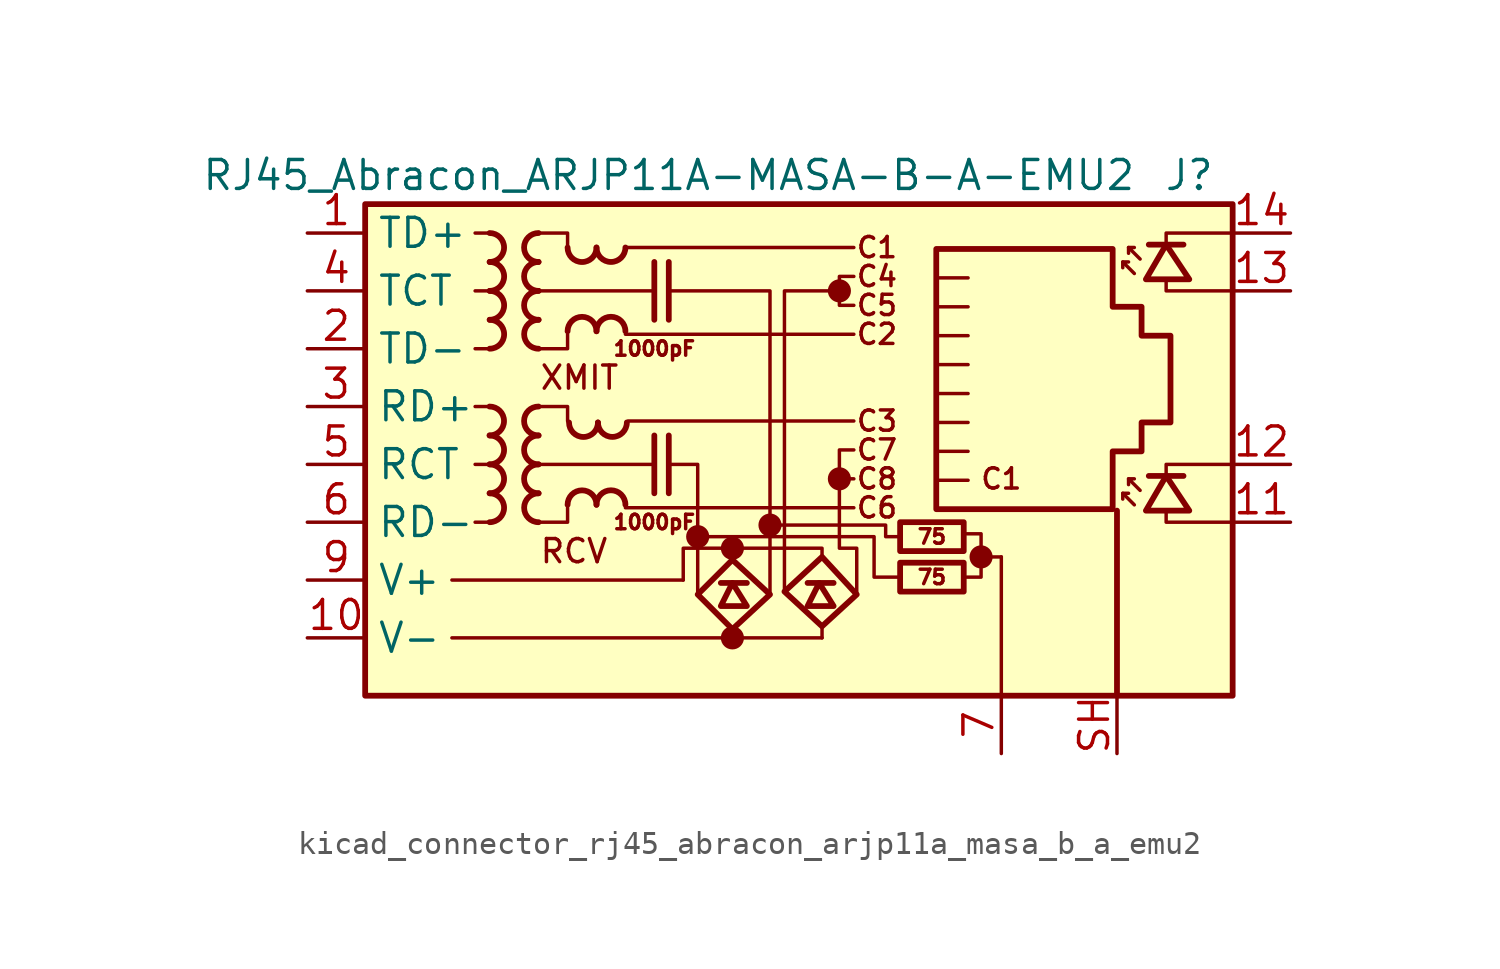
<source format=kicad_sym>
(kicad_symbol_lib
  (version 20220914)
  (generator kicad_symbol_editor)
  (symbol "kicad_connector_rj45_abracon_arjp11a_masa_b_a_emu2"
    (property "Reference" "J"
      (at 18.415 12.7 0)
      (effects (font (size 1.27 1.27))))
    (property "Value" "RJ45_Abracon_ARJP11A-MASA-B-A-EMU2"
      (at -4.445 12.7 0)
      (effects (font (size 1.27 1.27))))
    (symbol "kicad_connector_rj45_abracon_arjp11a_masa_b_a_emu2_0_0"
      (circle (center -3.175 -3.175) (radius 0.0001) (stroke (width 0.508) (type default)) (fill (type none)))
      (circle (center -1.651 -7.62) (radius 0.0001) (stroke (width 0.508) (type default)) (fill (type none)))
      (circle (center -1.651 -3.683) (radius 0.0001) (stroke (width 0.508) (type default)) (fill (type none)))
      (circle (center 0 -2.667) (radius 0.0001) (stroke (width 0.508) (type default)) (fill (type none)))
      (polyline (pts (xy -5.08 1.27) (xy -5.08 -1.27)) (stroke (width 0.254) (type default)) (fill (type none)))
      (polyline (pts (xy -5.08 8.89) (xy -5.08 6.35)) (stroke (width 0.254) (type default)) (fill (type none)))
      (polyline (pts (xy -4.445 1.27) (xy -4.445 -1.27)) (stroke (width 0.254) (type default)) (fill (type none)))
      (polyline (pts (xy -4.445 8.89) (xy -4.445 6.35)) (stroke (width 0.254) (type default)) (fill (type none)))
      (polyline (pts (xy 9.271 -4.064) (xy 10.16 -4.064)) (stroke (width 0) (type default)) (fill (type none)))
      (polyline (pts (xy 17.399 -0.635) (xy 17.399 0) (xy 20.32 0)) (stroke (width 0) (type default)) (fill (type none)))
      (polyline (pts (xy 17.399 9.525) (xy 17.399 10.16) (xy 20.32 10.16)) (stroke (width 0) (type default)) (fill (type none)))
      (polyline (pts (xy 20.32 -2.54) (xy 17.399 -2.54) (xy 17.399 -2.032)) (stroke (width 0) (type default)) (fill (type none)))
      (polyline (pts (xy 20.32 7.62) (xy 17.399 7.62) (xy 17.399 8.128)) (stroke (width 0) (type default)) (fill (type none)))
      (polyline (pts (xy 3.683 0.635) (xy 3.048 0.635) (xy 3.048 -0.635) (xy 3.683 -0.635)) (stroke (width 0) (type default)) (fill (type none)))
      (polyline (pts (xy 3.683 8.255) (xy 3.048 8.255) (xy 3.048 6.985) (xy 3.683 6.985)) (stroke (width 0) (type default)) (fill (type none)))
      (polyline (pts (xy 8.636 -4.953) (xy 9.271 -4.953) (xy 9.271 -3.048) (xy 8.636 -3.048)) (stroke (width 0) (type default)) (fill (type none)))
      (circle (center 3.048 -0.635) (radius 0.0001) (stroke (width 0.508) (type default)) (fill (type none)))
      (circle (center 3.048 7.62) (radius 0.0001) (stroke (width 0.508) (type default)) (fill (type none)))
      (circle (center 9.271 -4.064) (radius 0.0001) (stroke (width 0.508) (type default)) (fill (type none)))
      (text "C1" (at 4.699 9.525 0) (effects (font (size 0.889 0.889))))
      (text "C1" (at 10.16 -0.635 0) (effects (font (size 0.889 0.889))))
      (text "C2" (at 4.699 5.715 0) (effects (font (size 0.889 0.889))))
      (text "C3" (at 4.699 1.905 0) (effects (font (size 0.889 0.889))))
      (text "C4" (at 4.699 8.255 0) (effects (font (size 0.889 0.889))))
      (text "C5" (at 4.699 6.985 0) (effects (font (size 0.889 0.889))))
      (text "C6" (at 4.699 -1.905 0) (effects (font (size 0.889 0.889))))
      (text "C7" (at 4.699 0.635 0) (effects (font (size 0.889 0.889))))
      (text "C8" (at 4.699 -0.635 0) (effects (font (size 0.889 0.889))))
      (text "RCV" (at -10.16 -3.81 0) (effects (font (size 1.016 1.016)) (justify left)))
      (text "XMIT" (at -10.16 3.81 0) (effects (font (size 1.016 1.016)) (justify left))))
    (symbol "kicad_connector_rj45_abracon_arjp11a_masa_b_a_emu2_0_1"
      (rectangle (start -17.78 11.43) (end 20.32 -10.16) (stroke (width 0.254) (type default)) (fill (type background)))
      (polyline (pts (xy -12.316 -2.54) (xy -12.951 -2.54)) (stroke (width 0) (type default)) (fill (type none)))
      (polyline (pts (xy -12.316 0) (xy -12.951 0)) (stroke (width 0) (type default)) (fill (type none)))
      (polyline (pts (xy -12.316 2.54) (xy -12.951 2.54)) (stroke (width 0) (type default)) (fill (type none)))
      (polyline (pts (xy -12.316 5.08) (xy -12.951 5.08)) (stroke (width 0) (type default)) (fill (type none)))
      (polyline (pts (xy -12.316 7.62) (xy -12.951 7.62)) (stroke (width 0) (type default)) (fill (type none)))
      (polyline (pts (xy -12.316 10.16) (xy -12.951 10.16)) (stroke (width 0) (type default)) (fill (type none)))
      (polyline (pts (xy -6.35 -1.905) (xy 3.683 -1.905)) (stroke (width 0) (type default)) (fill (type none)))
      (polyline (pts (xy -6.35 5.715) (xy 3.683 5.715)) (stroke (width 0) (type default)) (fill (type none)))
      (polyline (pts (xy -6.35 9.525) (xy 3.683 9.525)) (stroke (width 0) (type default)) (fill (type none)))
      (polyline (pts (xy -6.223 1.905) (xy 3.683 1.905)) (stroke (width 0) (type default)) (fill (type none)))
      (polyline (pts (xy -5.08 0) (xy -10.16 0)) (stroke (width 0) (type default)) (fill (type none)))
      (polyline (pts (xy -5.08 7.62) (xy -10.16 7.62)) (stroke (width 0) (type default)) (fill (type none)))
      (polyline (pts (xy 7.429 0.572) (xy 8.7 0.572)) (stroke (width 0) (type default)) (fill (type none)))
      (polyline (pts (xy 7.429 1.841) (xy 8.7 1.841)) (stroke (width 0) (type default)) (fill (type none)))
      (polyline (pts (xy 7.429 3.111) (xy 8.7 3.111)) (stroke (width 0) (type default)) (fill (type none)))
      (polyline (pts (xy 7.429 4.381) (xy 8.7 4.381)) (stroke (width 0) (type default)) (fill (type none)))
      (polyline (pts (xy 7.429 5.652) (xy 8.7 5.652)) (stroke (width 0) (type default)) (fill (type none)))
      (polyline (pts (xy 8.7 -0.699) (xy 7.429 -0.699)) (stroke (width 0) (type default)) (fill (type none)))
      (polyline (pts (xy 8.7 6.921) (xy 7.429 6.921)) (stroke (width 0) (type default)) (fill (type none)))
      (polyline (pts (xy 8.7 8.191) (xy 7.429 8.191)) (stroke (width 0) (type default)) (fill (type none)))
      (polyline (pts (xy -10.16 2.54) (xy -8.89 2.54) (xy -8.89 1.905)) (stroke (width 0) (type default)) (fill (type none)))
      (polyline (pts (xy -10.16 10.16) (xy -8.89 10.16) (xy -8.89 9.525)) (stroke (width 0) (type default)) (fill (type none)))
      (polyline (pts (xy -8.89 -1.905) (xy -8.89 -2.54) (xy -10.16 -2.54)) (stroke (width 0) (type default)) (fill (type none)))
      (polyline (pts (xy -8.89 5.715) (xy -8.89 5.08) (xy -10.16 5.08)) (stroke (width 0) (type default)) (fill (type none)))
      (polyline (pts (xy -4.445 0) (xy -3.175 0) (xy -3.175 -5.715)) (stroke (width 0) (type default)) (fill (type none)))
      (polyline (pts (xy -4.445 7.62) (xy 0 7.62) (xy 0 -5.715)) (stroke (width 0) (type default)) (fill (type none))))
    (symbol "kicad_connector_rj45_abracon_arjp11a_masa_b_a_emu2_1_0"
      (text "1000pF" (at -5.08 -2.54 0) (effects (font (size 0.635 0.635))))
      (text "1000pF" (at -5.08 5.08 0) (effects (font (size 0.635 0.635)))))
    (symbol "kicad_connector_rj45_abracon_arjp11a_masa_b_a_emu2_1_1"
      (arc (start -12.3163 1.27) (mid -11.684 1.905) (end -12.3163 2.54) (stroke (width 0.254) (type default)) (fill (type none)))
      (arc (start -12.3136 -2.54) (mid -11.6813 -1.905) (end -12.3136 -1.27) (stroke (width 0.254) (type default)) (fill (type none)))
      (arc (start -12.3136 -1.27) (mid -11.6813 -0.635) (end -12.3136 0) (stroke (width 0.254) (type default)) (fill (type none)))
      (arc (start -12.3136 0) (mid -11.6813 0.635) (end -12.3136 1.27) (stroke (width 0.254) (type default)) (fill (type none)))
      (arc (start -12.3136 8.89) (mid -11.6813 9.525) (end -12.3136 10.16) (stroke (width 0.254) (type default)) (fill (type none)))
      (arc (start -12.3109 5.08) (mid -11.6786 5.715) (end -12.3109 6.35) (stroke (width 0.254) (type default)) (fill (type none)))
      (arc (start -12.3109 6.35) (mid -11.6786 6.985) (end -12.3109 7.62) (stroke (width 0.254) (type default)) (fill (type none)))
      (arc (start -12.3109 7.62) (mid -11.6786 8.255) (end -12.3109 8.89) (stroke (width 0.254) (type default)) (fill (type none)))
      (arc (start -10.1654 0) (mid -10.7977 -0.635) (end -10.1654 -1.27) (stroke (width 0.254) (type default)) (fill (type none)))
      (arc (start -10.1654 1.27) (mid -10.7977 0.635) (end -10.1654 0) (stroke (width 0.254) (type default)) (fill (type none)))
      (arc (start -10.1654 2.54) (mid -10.7977 1.905) (end -10.1654 1.27) (stroke (width 0.254) (type default)) (fill (type none)))
      (arc (start -10.1654 7.62) (mid -10.7977 6.985) (end -10.1654 6.35) (stroke (width 0.254) (type default)) (fill (type none)))
      (arc (start -10.1654 8.89) (mid -10.7977 8.255) (end -10.1654 7.62) (stroke (width 0.254) (type default)) (fill (type none)))
      (arc (start -10.1654 10.16) (mid -10.7977 9.525) (end -10.1654 8.89) (stroke (width 0.254) (type default)) (fill (type none)))
      (arc (start -10.1627 -1.27) (mid -10.795 -1.905) (end -10.1627 -2.54) (stroke (width 0.254) (type default)) (fill (type none)))
      (arc (start -10.1627 6.35) (mid -10.795 5.715) (end -10.1627 5.08) (stroke (width 0.254) (type default)) (fill (type none)))
      (arc (start -8.89 9.5223) (mid -8.255 8.89) (end -7.62 9.5223) (stroke (width 0.254) (type default)) (fill (type none)))
      (arc (start -8.8265 1.8388) (mid -8.1915 1.2065) (end -7.5565 1.8388) (stroke (width 0.254) (type default)) (fill (type none)))
      (arc (start -7.62 -1.7753) (mid -8.255 -1.143) (end -8.89 -1.7753) (stroke (width 0.254) (type default)) (fill (type none)))
      (arc (start -7.62 5.8447) (mid -8.255 6.477) (end -8.89 5.8447) (stroke (width 0.254) (type default)) (fill (type none)))
      (arc (start -7.62 9.525) (mid -6.985 8.8927) (end -6.35 9.525) (stroke (width 0.254) (type default)) (fill (type none)))
      (arc (start -7.5565 1.8415) (mid -6.9215 1.2092) (end -6.2865 1.8415) (stroke (width 0.254) (type default)) (fill (type none)))
      (arc (start -6.35 -1.7726) (mid -6.985 -1.1403) (end -7.62 -1.7726) (stroke (width 0.254) (type default)) (fill (type none)))
      (arc (start -6.35 5.8474) (mid -6.985 6.4797) (end -7.62 5.8474) (stroke (width 0.254) (type default)) (fill (type none)))
      (polyline (pts (xy -13.97 -7.62) (xy 2.286 -7.62)) (stroke (width 0) (type default)) (fill (type none)))
      (polyline (pts (xy -13.97 -5.08) (xy -3.81 -5.08)) (stroke (width 0) (type default)) (fill (type none)))
      (polyline (pts (xy -2.159 -5.207) (xy -1.016 -5.207)) (stroke (width 0.254) (type default)) (fill (type none)))
      (polyline (pts (xy -1.651 -7.239) (xy -1.651 -7.493)) (stroke (width 0) (type default)) (fill (type none)))
      (polyline (pts (xy 1.651 -5.207) (xy 2.794 -5.207)) (stroke (width 0.254) (type default)) (fill (type none)))
      (polyline (pts (xy 2.286 -7.112) (xy 2.286 -7.62)) (stroke (width 0) (type default)) (fill (type none)))
      (polyline (pts (xy 10.16 -4.064) (xy 10.16 -10.16)) (stroke (width 0) (type default)) (fill (type none)))
      (polyline (pts (xy 15.24 -10.16) (xy 15.24 -2.032)) (stroke (width 0.254) (type default)) (fill (type none)))
      (polyline (pts (xy 15.494 -1.27) (xy 15.494 -1.524)) (stroke (width 0) (type default)) (fill (type none)))
      (polyline (pts (xy 15.494 8.89) (xy 15.494 8.636)) (stroke (width 0) (type default)) (fill (type none)))
      (polyline (pts (xy 15.748 -0.635) (xy 15.748 -0.889)) (stroke (width 0) (type default)) (fill (type none)))
      (polyline (pts (xy 15.748 9.525) (xy 15.748 9.271)) (stroke (width 0) (type default)) (fill (type none)))
      (polyline (pts (xy 16.637 -0.508) (xy 18.161 -0.508)) (stroke (width 0.254) (type default)) (fill (type none)))
      (polyline (pts (xy 16.637 9.652) (xy 18.161 9.652)) (stroke (width 0.254) (type default)) (fill (type none)))
      (polyline (pts (xy -3.81 -5.08) (xy -3.81 -3.683) (xy -1.651 -3.683)) (stroke (width 0) (type default)) (fill (type none)))
      (polyline (pts (xy -1.905 -3.683) (xy -1.651 -3.683) (xy -1.651 -4.191)) (stroke (width 0) (type default)) (fill (type none)))
      (polyline (pts (xy -1.651 -3.683) (xy 2.286 -3.683) (xy 2.286 -4.064)) (stroke (width 0) (type default)) (fill (type none)))
      (polyline (pts (xy 3.048 7.62) (xy 0.635 7.62) (xy 0.635 -5.588)) (stroke (width 0) (type default)) (fill (type none)))
      (polyline (pts (xy 16.002 -1.778) (xy 15.494 -1.27) (xy 15.748 -1.27)) (stroke (width 0) (type default)) (fill (type none)))
      (polyline (pts (xy 16.002 8.382) (xy 15.494 8.89) (xy 15.748 8.89)) (stroke (width 0) (type default)) (fill (type none)))
      (polyline (pts (xy 16.256 -1.143) (xy 15.748 -0.635) (xy 16.002 -0.635)) (stroke (width 0) (type default)) (fill (type none)))
      (polyline (pts (xy 16.256 9.017) (xy 15.748 9.525) (xy 16.002 9.525)) (stroke (width 0) (type default)) (fill (type none)))
      (polyline (pts (xy -2.159 -6.223) (xy -1.016 -6.223) (xy -1.651 -5.207) (xy -2.159 -6.223)) (stroke (width 0.254) (type default)) (fill (type none)))
      (polyline (pts (xy 1.651 -6.223) (xy 2.794 -6.223) (xy 2.159 -5.207) (xy 1.651 -6.223)) (stroke (width 0.254) (type default)) (fill (type none)))
      (polyline (pts (xy 3.048 -0.508) (xy 3.048 -3.683) (xy 3.81 -3.683) (xy 3.81 -5.715)) (stroke (width 0) (type default)) (fill (type none)))
      (polyline (pts (xy 5.715 -4.953) (xy 4.572 -4.953) (xy 4.572 -3.175) (xy -3.175 -3.175)) (stroke (width 0) (type default)) (fill (type none)))
      (polyline (pts (xy 5.715 -3.175) (xy 5.08 -3.175) (xy 5.08 -2.667) (xy 0 -2.667)) (stroke (width 0) (type default)) (fill (type none)))
      (polyline (pts (xy 16.51 -2.032) (xy 18.415 -2.032) (xy 17.399 -0.508) (xy 16.51 -2.032)) (stroke (width 0.254) (type default)) (fill (type none)))
      (polyline (pts (xy 16.51 8.128) (xy 18.415 8.128) (xy 17.399 9.652) (xy 16.51 8.128)) (stroke (width 0.254) (type default)) (fill (type none)))
      (polyline (pts (xy -1.651 -4.191) (xy -3.175 -5.715) (xy -1.651 -7.239) (xy 0 -5.715) (xy -1.651 -4.191)) (stroke (width 0.254) (type default)) (fill (type none)))
      (polyline (pts (xy 2.286 -4.064) (xy 0.635 -5.588) (xy 2.286 -7.112) (xy 3.81 -5.715) (xy 2.286 -4.064)) (stroke (width 0.254) (type default)) (fill (type none)))
      (polyline (pts (xy 7.303 -1.968) (xy 7.303 9.461) (xy 15.05 9.461) (xy 15.05 6.921) (xy 16.32 6.921) (xy 16.32 5.652) (xy 17.59 5.652) (xy 17.59 1.841) (xy 16.32 1.841) (xy 16.32 0.572) (xy 15.05 0.572) (xy 15.05 -1.968) (xy 7.303 -1.968)) (stroke (width 0.254) (type default)) (fill (type none)))
      (rectangle (start 8.509 -5.588) (end 5.715 -4.318) (stroke (width 0.254) (type default)) (fill (type none)))
      (rectangle (start 8.509 -3.81) (end 5.715 -2.54) (stroke (width 0.254) (type default)) (fill (type none)))
      (text "75" (at 7.112 -4.953 0) (effects (font (size 0.635 0.635))))
      (text "75" (at 7.112 -3.175 0) (effects (font (size 0.635 0.635))))
      (pin passive line (at -20.32 10.16 0) (length 2.54) (name "TD+" (effects (font (size 1.27 1.27)))) (number "1" (effects (font (size 1.27 1.27)))))
      (pin power_out line (at -20.32 -7.62 0) (length 2.54) (name "V-" (effects (font (size 1.27 1.27)))) (number "10" (effects (font (size 1.27 1.27)))))
      (pin passive line (at 22.86 -2.54 180) (length 2.54) (name "" (effects (font (size 1.27 1.27)))) (number "11" (effects (font (size 1.27 1.27)))))
      (pin passive line (at 22.86 0 180) (length 2.54) (name "" (effects (font (size 1.27 1.27)))) (number "12" (effects (font (size 1.27 1.27)))))
      (pin passive line (at 22.86 7.62 180) (length 2.54) (name "" (effects (font (size 1.27 1.27)))) (number "13" (effects (font (size 1.27 1.27)))))
      (pin passive line (at 22.86 10.16 180) (length 2.54) (name "" (effects (font (size 1.27 1.27)))) (number "14" (effects (font (size 1.27 1.27)))))
      (pin passive line (at -20.32 5.08 0) (length 2.54) (name "TD-" (effects (font (size 1.27 1.27)))) (number "2" (effects (font (size 1.27 1.27)))))
      (pin passive line (at -20.32 2.54 0) (length 2.54) (name "RD+" (effects (font (size 1.27 1.27)))) (number "3" (effects (font (size 1.27 1.27)))))
      (pin passive line (at -20.32 7.62 0) (length 2.54) (name "TCT" (effects (font (size 1.27 1.27)))) (number "4" (effects (font (size 1.27 1.27)))))
      (pin passive line (at -20.32 0 0) (length 2.54) (name "RCT" (effects (font (size 1.27 1.27)))) (number "5" (effects (font (size 1.27 1.27)))))
      (pin passive line (at -20.32 -2.54 0) (length 2.54) (name "RD-" (effects (font (size 1.27 1.27)))) (number "6" (effects (font (size 1.27 1.27)))))
      (pin power_in line (at 10.16 -12.7 90) (length 2.54) (name "" (effects (font (size 1.27 1.27)))) (number "7" (effects (font (size 1.27 1.27)))))
      (pin no_connect line (at 20.32 2.54 0) (length 0) hide (name "NC" (effects (font (size 1.27 1.27)))) (number "8" (effects (font (size 1.27 1.27)))))
      (pin power_out line (at -20.32 -5.08 0) (length 2.54) (name "V+" (effects (font (size 1.27 1.27)))) (number "9" (effects (font (size 1.27 1.27)))))
      (pin passive line (at 15.24 -12.7 90) (length 2.54) (name "" (effects (font (size 1.27 1.27)))) (number "SH" (effects (font (size 1.27 1.27))))))))
</source>
